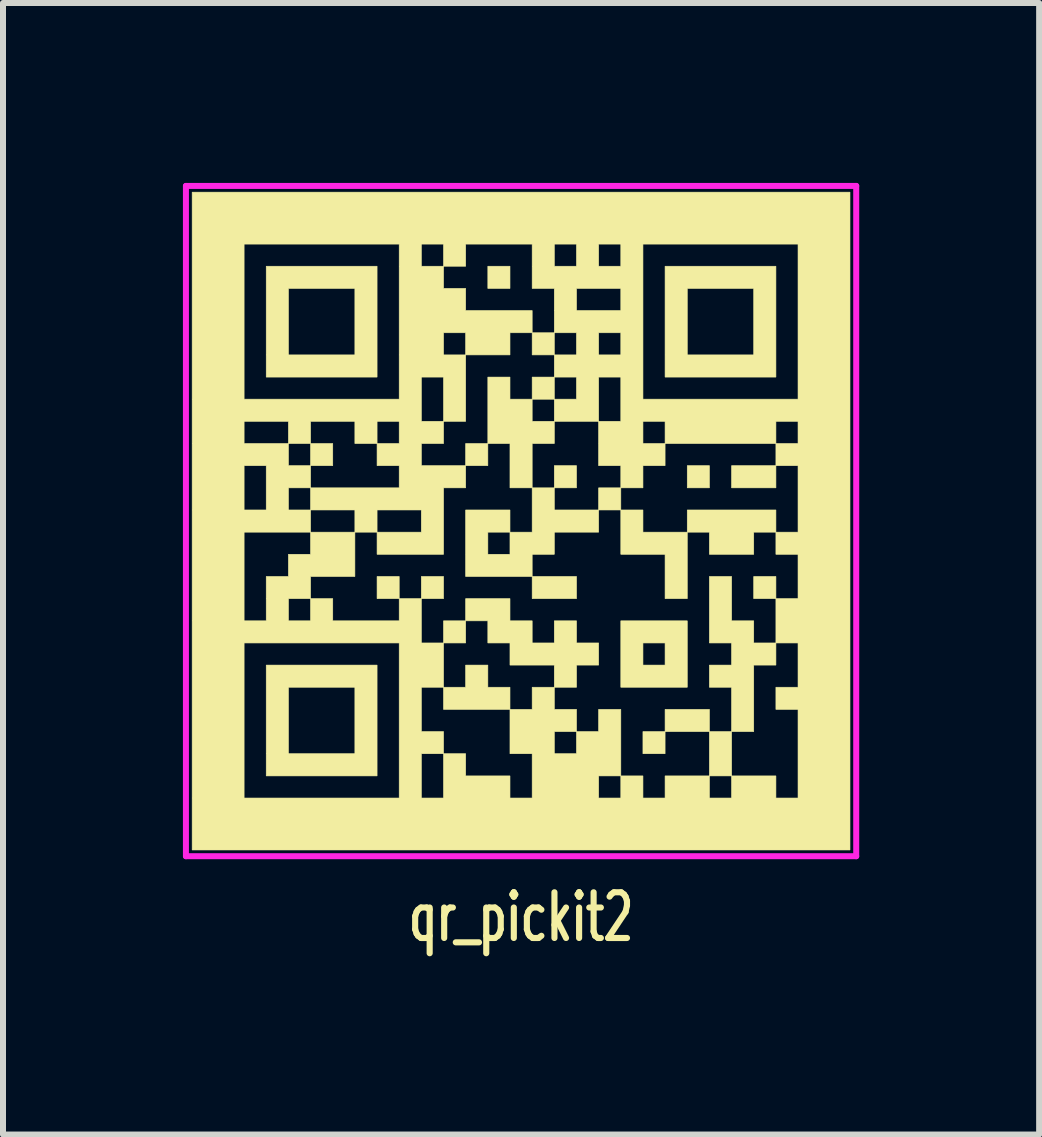
<source format=kicad_pcb>
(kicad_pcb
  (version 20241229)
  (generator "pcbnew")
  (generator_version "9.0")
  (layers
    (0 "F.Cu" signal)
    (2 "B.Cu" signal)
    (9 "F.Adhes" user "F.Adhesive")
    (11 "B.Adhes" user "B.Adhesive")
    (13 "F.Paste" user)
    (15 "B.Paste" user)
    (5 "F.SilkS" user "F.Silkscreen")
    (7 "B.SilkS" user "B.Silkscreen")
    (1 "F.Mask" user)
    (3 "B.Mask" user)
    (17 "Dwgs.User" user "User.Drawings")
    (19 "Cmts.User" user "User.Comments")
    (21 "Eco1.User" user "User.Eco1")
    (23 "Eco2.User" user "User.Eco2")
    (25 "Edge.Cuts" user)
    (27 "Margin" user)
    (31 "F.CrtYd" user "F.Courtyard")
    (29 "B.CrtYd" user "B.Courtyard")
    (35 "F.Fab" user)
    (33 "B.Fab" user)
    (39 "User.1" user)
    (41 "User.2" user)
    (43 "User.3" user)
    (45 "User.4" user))
  (footprint "qr_pickit2"
    (layer "F.Cu")
    (at 5.638 5.638)
    (property "Reference" "qr_pickit2" (at 0 6.604 0) (layer "F.SilkS") (effects (font (size 0.762 0.508) (thickness 0.102))))
    (attr through_hole)
    (fp_poly (pts (xy -3.14 -0.924) (xy -3.51 -0.924) (xy -3.51 -1.293) (xy -3.14 -1.293) (xy -3.14 -0.924)) (stroke (width 0.01) (type solid)) (fill yes) (layer "F.SilkS"))
    (fp_poly (pts (xy -2.032 1.293) (xy -2.401 1.293) (xy -2.401 0.924) (xy -2.032 0.924) (xy -2.032 1.293)) (stroke (width 0.01) (type solid)) (fill yes) (layer "F.SilkS"))
    (fp_poly (pts (xy -1.293 1.293) (xy -1.663 1.293) (xy -1.663 0.924) (xy -1.293 0.924) (xy -1.293 1.293)) (stroke (width 0.01) (type solid)) (fill yes) (layer "F.SilkS"))
    (fp_poly (pts (xy -0.924 2.032) (xy -1.293 2.032) (xy -1.293 1.663) (xy -0.924 1.663) (xy -0.924 2.032)) (stroke (width 0.01) (type solid)) (fill yes) (layer "F.SilkS"))
    (fp_poly (pts (xy -0.554 -0.924) (xy -0.924 -0.924) (xy -0.924 -1.293) (xy -0.554 -1.293) (xy -0.554 -0.924)) (stroke (width 0.01) (type solid)) (fill yes) (layer "F.SilkS"))
    (fp_poly (pts (xy -0.185 -3.879) (xy -0.554 -3.879) (xy -0.554 -4.249) (xy -0.185 -4.249) (xy -0.185 -3.879)) (stroke (width 0.01) (type solid)) (fill yes) (layer "F.SilkS"))
    (fp_poly (pts (xy 0.185 -2.401) (xy 0.554 -2.401) (xy 0.554 -2.032) (xy 0.185 -2.032) (xy 0.185 -2.401)) (stroke (width 0.01) (type solid)) (fill yes) (layer "F.SilkS"))
    (fp_poly (pts (xy 0.554 -2.771) (xy 0.185 -2.771) (xy 0.185 -3.14) (xy 0.554 -3.14) (xy 0.554 -2.771)) (stroke (width 0.01) (type solid)) (fill yes) (layer "F.SilkS"))
    (fp_poly (pts (xy 0.554 -0.924) (xy 0.924 -0.924) (xy 0.924 -0.554) (xy 0.554 -0.554) (xy 0.554 -0.924)) (stroke (width 0.01) (type solid)) (fill yes) (layer "F.SilkS"))
    (fp_poly (pts (xy 0.924 0.924) (xy 0.924 1.293) (xy 0.185 1.293) (xy 0.185 0.924) (xy 0.924 0.924)) (stroke (width 0.01) (type solid)) (fill yes) (layer "F.SilkS"))
    (fp_poly (pts (xy 1.293 -0.554) (xy 1.663 -0.554) (xy 1.663 -0.185) (xy 1.293 -0.185) (xy 1.293 -0.554)) (stroke (width 0.01) (type solid)) (fill yes) (layer "F.SilkS"))
    (fp_poly (pts (xy 2.401 3.14) (xy 3.14 3.14) (xy 3.14 3.51) (xy 2.401 3.51) (xy 2.401 3.14)) (stroke (width 0.01) (type solid)) (fill yes) (layer "F.SilkS"))
    (fp_poly (pts (xy 2.401 3.879) (xy 2.032 3.879) (xy 2.032 3.51) (xy 2.401 3.51) (xy 2.401 3.879)) (stroke (width 0.01) (type solid)) (fill yes) (layer "F.SilkS"))
    (fp_poly (pts (xy 3.14 -0.554) (xy 2.771 -0.554) (xy 2.771 -0.924) (xy 3.14 -0.924) (xy 3.14 -0.554)) (stroke (width 0.01) (type solid)) (fill yes) (layer "F.SilkS"))
    (fp_poly (pts (xy 3.51 3.51) (xy 3.51 4.249) (xy 3.14 4.249) (xy 3.14 3.51) (xy 3.51 3.51)) (stroke (width 0.01) (type solid)) (fill yes) (layer "F.SilkS"))
    (fp_poly (pts (xy 4.249 -0.554) (xy 3.51 -0.554) (xy 3.51 -0.924) (xy 4.249 -0.924) (xy 4.249 -0.554)) (stroke (width 0.01) (type solid)) (fill yes) (layer "F.SilkS"))
    (fp_poly (pts (xy 4.249 1.293) (xy 3.879 1.293) (xy 3.879 0.924) (xy 4.249 0.924) (xy 4.249 1.293)) (stroke (width 0.01) (type solid)) (fill yes) (layer "F.SilkS"))
    (fp_poly (pts (xy -0.554 2.771) (xy -0.185 2.771) (xy -0.185 3.14) (xy -1.293 3.14) (xy -1.293 2.771) (xy -0.924 2.771) (xy -0.924 2.401) (xy -0.554 2.401) (xy -0.554 2.771)) (stroke (width 0.01) (type solid)) (fill yes) (layer "F.SilkS"))
    (fp_poly (pts (xy 2.771 -0.185) (xy 4.249 -0.185) (xy 4.249 0.185) (xy 3.879 0.185) (xy 3.879 0.554) (xy 3.14 0.554) (xy 3.14 0.185) (xy 2.771 0.185) (xy 2.771 -0.185)) (stroke (width 0.01) (type solid)) (fill yes) (layer "F.SilkS"))
    (fp_poly (pts (xy 2.771 1.293) (xy 2.401 1.293) (xy 2.401 0.554) (xy 1.663 0.554) (xy 1.663 -0.185) (xy 2.032 -0.185) (xy 2.032 0.185) (xy 2.771 0.185) (xy 2.771 1.293)) (stroke (width 0.01) (type solid)) (fill yes) (layer "F.SilkS"))
    (fp_poly (pts (xy -2.401 -2.401) (xy -4.249 -2.401) (xy -4.249 -3.879) (xy -3.879 -3.879) (xy -3.879 -2.771) (xy -2.771 -2.771) (xy -2.771 -3.879) (xy -3.879 -3.879) (xy -4.249 -3.879) (xy -4.249 -4.249) (xy -2.401 -4.249) (xy -2.401 -2.401)) (stroke (width 0.01) (type solid)) (fill yes) (layer "F.SilkS"))
    (fp_poly (pts (xy -2.401 4.249) (xy -4.249 4.249) (xy -4.249 2.771) (xy -3.879 2.771) (xy -3.879 3.879) (xy -2.771 3.879) (xy -2.771 2.771) (xy -3.879 2.771) (xy -4.249 2.771) (xy -4.249 2.401) (xy -2.401 2.401) (xy -2.401 4.249)) (stroke (width 0.01) (type solid)) (fill yes) (layer "F.SilkS"))
    (fp_poly (pts (xy 2.771 2.771) (xy 1.663 2.771) (xy 1.663 2.032) (xy 2.032 2.032) (xy 2.032 2.401) (xy 2.401 2.401) (xy 2.401 2.032) (xy 2.032 2.032) (xy 1.663 2.032) (xy 1.663 1.663) (xy 2.771 1.663) (xy 2.771 2.771)) (stroke (width 0.01) (type solid)) (fill yes) (layer "F.SilkS"))
    (fp_poly (pts (xy 4.249 -2.401) (xy 2.401 -2.401) (xy 2.401 -3.879) (xy 2.771 -3.879) (xy 2.771 -2.771) (xy 3.879 -2.771) (xy 3.879 -3.879) (xy 2.771 -3.879) (xy 2.401 -3.879) (xy 2.401 -4.249) (xy 4.249 -4.249) (xy 4.249 -2.401)) (stroke (width 0.01) (type solid)) (fill yes) (layer "F.SilkS"))
    (fp_poly (pts (xy 0.185 -1.663) (xy 0.554 -1.663) (xy 0.554 -1.293) (xy 0.185 -1.293) (xy 0.185 -0.554) (xy -0.185 -0.554) (xy -0.185 -1.293) (xy -0.554 -1.293) (xy -0.554 -2.401) (xy -0.185 -2.401) (xy -0.185 -2.032) (xy 0.185 -2.032) (xy 0.185 -1.663)) (stroke (width 0.01) (type solid)) (fill yes) (layer "F.SilkS"))
    (fp_poly (pts (xy 3.51 2.771) (xy 3.14 2.771) (xy 3.14 2.401) (xy 3.51 2.401) (xy 3.51 2.032) (xy 3.14 2.032) (xy 3.14 0.924) (xy 3.51 0.924) (xy 3.51 1.663) (xy 3.879 1.663) (xy 3.879 2.032) (xy 4.249 2.032) (xy 4.249 2.401) (xy 3.879 2.401) (xy 3.879 3.51) (xy 3.51 3.51) (xy 3.51 2.771)) (stroke (width 0.01) (type solid)) (fill yes) (layer "F.SilkS"))
    (fp_poly (pts (xy -0.924 1.293) (xy -0.185 1.293) (xy -0.185 1.663) (xy 0.185 1.663) (xy 0.185 2.032) (xy 0.554 2.032) (xy 0.554 1.663) (xy 0.924 1.663) (xy 0.924 2.032) (xy 1.293 2.032) (xy 1.293 2.401) (xy 0.924 2.401) (xy 0.924 2.771) (xy 0.554 2.771) (xy 0.554 2.401) (xy -0.185 2.401) (xy -0.185 2.032) (xy -0.554 2.032) (xy -0.554 1.663) (xy -0.924 1.663) (xy -0.924 1.293)) (stroke (width 0.01) (type solid)) (fill yes) (layer "F.SilkS"))
    (fp_poly (pts (xy 0.554 -0.185) (xy 1.293 -0.185) (xy 1.293 0.185) (xy 0.554 0.185) (xy 0.554 0.554) (xy 0.185 0.554) (xy 0.185 0.924) (xy -0.924 0.924) (xy -0.924 0.185) (xy -0.554 0.185) (xy -0.554 0.554) (xy -0.185 0.554) (xy -0.185 0.185) (xy -0.554 0.185) (xy -0.924 0.185) (xy -0.924 -0.185) (xy -0.185 -0.185) (xy -0.185 0.185) (xy 0.185 0.185) (xy 0.185 -0.554) (xy 0.554 -0.554) (xy 0.554 -0.185)) (stroke (width 0.01) (type solid)) (fill yes) (layer "F.SilkS"))
    (fp_poly (pts (xy 5.484 5.484) (xy -5.484 5.484) (xy -5.484 2.032) (xy -4.618 2.032) (xy -4.618 4.618) (xy -2.032 4.618) (xy -2.032 3.879) (xy -1.663 3.879) (xy -1.663 4.618) (xy -1.293 4.618) (xy -1.293 3.879) (xy -1.663 3.879) (xy -2.032 3.879) (xy -2.032 2.032) (xy -4.618 2.032) (xy -5.484 2.032) (xy -5.484 0.185) (xy -4.618 0.185) (xy -4.618 1.663) (xy -4.249 1.663) (xy -4.249 1.293) (xy -3.879 1.293) (xy -3.879 1.663) (xy -3.51 1.663) (xy -3.51 1.293) (xy -3.879 1.293) (xy -4.249 1.293) (xy -4.249 0.924) (xy -3.879 0.924) (xy -3.51 0.924) (xy -3.51 1.293) (xy -3.14 1.293) (xy -3.14 1.663) (xy -2.032 1.663) (xy -2.032 1.293) (xy -1.663 1.293) (xy -1.663 2.032) (xy -1.293 2.032) (xy -1.293 2.771) (xy -1.663 2.771) (xy -1.663 3.51) (xy -1.293 3.51) (xy -1.293 3.879) (xy -0.924 3.879) (xy -0.924 4.249) (xy -0.185 4.249) (xy -0.185 4.618) (xy 0.185 4.618) (xy 0.185 4.249) (xy 1.293 4.249) (xy 1.293 4.618) (xy 1.663 4.618) (xy 1.663 4.249) (xy 1.293 4.249) (xy 0.185 4.249) (xy 0.185 3.879) (xy -0.185 3.879) (xy -0.185 3.51) (xy 0.554 3.51) (xy 0.554 3.879) (xy 0.924 3.879) (xy 0.924 3.51) (xy 0.554 3.51) (xy -0.185 3.51) (xy -0.185 3.14) (xy 0.185 3.14) (xy 0.185 2.771) (xy 0.554 2.771) (xy 0.554 3.14) (xy 0.924 3.14) (xy 0.924 3.51) (xy 1.293 3.51) (xy 1.293 3.14) (xy 1.663 3.14) (xy 1.663 4.249) (xy 2.032 4.249) (xy 2.032 4.618) (xy 2.401 4.618) (xy 2.401 4.249) (xy 3.14 4.249) (xy 3.14 4.618) (xy 3.51 4.618) (xy 3.51 4.249) (xy 4.249 4.249) (xy 4.249 4.618) (xy 4.618 4.618) (xy 4.618 3.14) (xy 4.249 3.14) (xy 4.249 2.771) (xy 4.618 2.771) (xy 4.618 2.032) (xy 4.249 2.032) (xy 4.249 1.293) (xy 4.618 1.293) (xy 4.618 0.554) (xy 4.249 0.554) (xy 4.249 0.185) (xy 4.618 0.185) (xy 4.618 -0.924) (xy 4.249 -0.924) (xy 4.249 -1.293) (xy 2.401 -1.293) (xy 2.401 -0.924) (xy 2.032 -0.924) (xy 2.032 -0.554) (xy 1.663 -0.554) (xy 1.663 -0.924) (xy 1.293 -0.924) (xy 1.293 -1.663) (xy 0.554 -1.663) (xy 0.554 -2.032) (xy 0.924 -2.032) (xy 0.924 -2.401) (xy 1.293 -2.401) (xy 1.293 -1.663) (xy 1.663 -1.663) (xy 2.032 -1.663) (xy 2.032 -1.293) (xy 2.401 -1.293) (xy 2.401 -1.663) (xy 4.249 -1.663) (xy 4.249 -1.293) (xy 4.618 -1.293) (xy 4.618 -1.663) (xy 4.249 -1.663) (xy 2.401 -1.663) (xy 2.032 -1.663) (xy 1.663 -1.663) (xy 1.663 -2.401) (xy 1.293 -2.401) (xy 0.924 -2.401) (xy 0.554 -2.401) (xy 0.554 -2.771) (xy 0.924 -2.771) (xy 0.924 -3.14) (xy 1.293 -3.14) (xy 1.293 -2.771) (xy 1.663 -2.771) (xy 1.663 -3.14) (xy 1.293 -3.14) (xy 0.924 -3.14) (xy 0.554 -3.14) (xy 0.554 -3.879) (xy 0.924 -3.879) (xy 0.924 -3.51) (xy 1.663 -3.51) (xy 1.663 -3.879) (xy 0.924 -3.879) (xy 0.554 -3.879) (xy 0.185 -3.879) (xy 0.185 -4.618) (xy 0.554 -4.618) (xy 0.554 -4.249) (xy 0.924 -4.249) (xy 0.924 -4.618) (xy 1.293 -4.618) (xy 1.293 -4.249) (xy 1.663 -4.249) (xy 1.663 -4.618) (xy 2.032 -4.618) (xy 2.032 -2.032) (xy 4.618 -2.032) (xy 4.618 -4.618) (xy 2.032 -4.618) (xy 1.663 -4.618) (xy 1.293 -4.618) (xy 0.924 -4.618) (xy 0.554 -4.618) (xy 0.185 -4.618) (xy -0.924 -4.618) (xy -0.924 -4.249) (xy -1.293 -4.249) (xy -1.293 -3.879) (xy -0.924 -3.879) (xy -0.924 -3.51) (xy 0.185 -3.51) (xy 0.185 -3.14) (xy -0.185 -3.14) (xy -0.185 -2.771) (xy -0.924 -2.771) (xy -0.924 -1.663) (xy -1.293 -1.663) (xy -1.293 -1.293) (xy -1.663 -1.293) (xy -1.663 -0.924) (xy -0.924 -0.924) (xy -0.924 -0.554) (xy -1.293 -0.554) (xy -1.293 0.554) (xy -2.401 0.554) (xy -2.401 0.185) (xy -2.771 0.185) (xy -2.771 0.924) (xy -3.51 0.924) (xy -3.879 0.924) (xy -3.879 0.554) (xy -3.51 0.554) (xy -3.51 0.185) (xy -2.771 0.185) (xy -2.771 -0.185) (xy -2.401 -0.185) (xy -2.401 0.185) (xy -1.663 0.185) (xy -1.663 -0.185) (xy -2.401 -0.185) (xy -2.771 -0.185) (xy -3.51 -0.185) (xy -3.51 0.185) (xy -4.618 0.185) (xy -5.484 0.185) (xy -5.484 -0.924) (xy -4.618 -0.924) (xy -4.618 -0.185) (xy -4.249 -0.185) (xy -4.249 -0.554) (xy -3.879 -0.554) (xy -3.879 -0.185) (xy -3.51 -0.185) (xy -3.51 -0.554) (xy -3.879 -0.554) (xy -4.249 -0.554) (xy -4.249 -0.924) (xy -4.618 -0.924) (xy -5.484 -0.924) (xy -5.484 -1.663) (xy -4.618 -1.663) (xy -4.618 -1.293) (xy -3.879 -1.293) (xy -3.879 -0.924) (xy -3.51 -0.924) (xy -3.51 -0.554) (xy -2.032 -0.554) (xy -2.032 -0.924) (xy -2.401 -0.924) (xy -2.401 -1.293) (xy -2.771 -1.293) (xy -2.771 -1.663) (xy -2.401 -1.663) (xy -2.401 -1.293) (xy -2.032 -1.293) (xy -2.032 -1.663) (xy -2.401 -1.663) (xy -2.771 -1.663) (xy -3.51 -1.663) (xy -3.51 -1.293) (xy -3.879 -1.293) (xy -3.879 -1.663) (xy -4.618 -1.663) (xy -5.484 -1.663) (xy -5.484 -4.618) (xy -4.618 -4.618) (xy -4.618 -2.032) (xy -2.032 -2.032) (xy -2.032 -2.401) (xy -1.663 -2.401) (xy -1.663 -1.663) (xy -1.293 -1.663) (xy -1.293 -2.401) (xy -1.663 -2.401) (xy -2.032 -2.401) (xy -2.032 -3.14) (xy -1.293 -3.14) (xy -1.293 -2.771) (xy -0.924 -2.771) (xy -0.924 -3.14) (xy -1.293 -3.14) (xy -2.032 -3.14) (xy -2.032 -4.618) (xy -1.663 -4.618) (xy -1.663 -4.249) (xy -1.293 -4.249) (xy -1.293 -4.618) (xy -1.663 -4.618) (xy -2.032 -4.618) (xy -4.618 -4.618) (xy -5.484 -4.618) (xy -5.484 -5.484) (xy 5.484 -5.484) (xy 5.484 5.484)) (stroke (width 0.01) (type solid)) (fill yes) (layer "F.SilkS"))
    (fp_line (start -5.588 -5.588) (end 5.588 -5.588) (stroke (width 0.1) (type solid)) (layer "F.CrtYd"))
    (fp_line (start -5.588 5.588) (end -5.588 -5.588) (stroke (width 0.1) (type solid)) (layer "F.CrtYd"))
    (fp_line (start 5.588 -5.588) (end 5.588 5.588) (stroke (width 0.1) (type solid)) (layer "F.CrtYd"))
    (fp_line (start 5.588 5.588) (end -5.588 5.588) (stroke (width 0.1) (type solid)) (layer "F.CrtYd")))
  (gr_rect
    (start -3 -3)
    (end 14.276 15.866)
    (stroke (width 0.1) (type default))
    (fill no)
    (layer "Edge.Cuts")))
</source>
